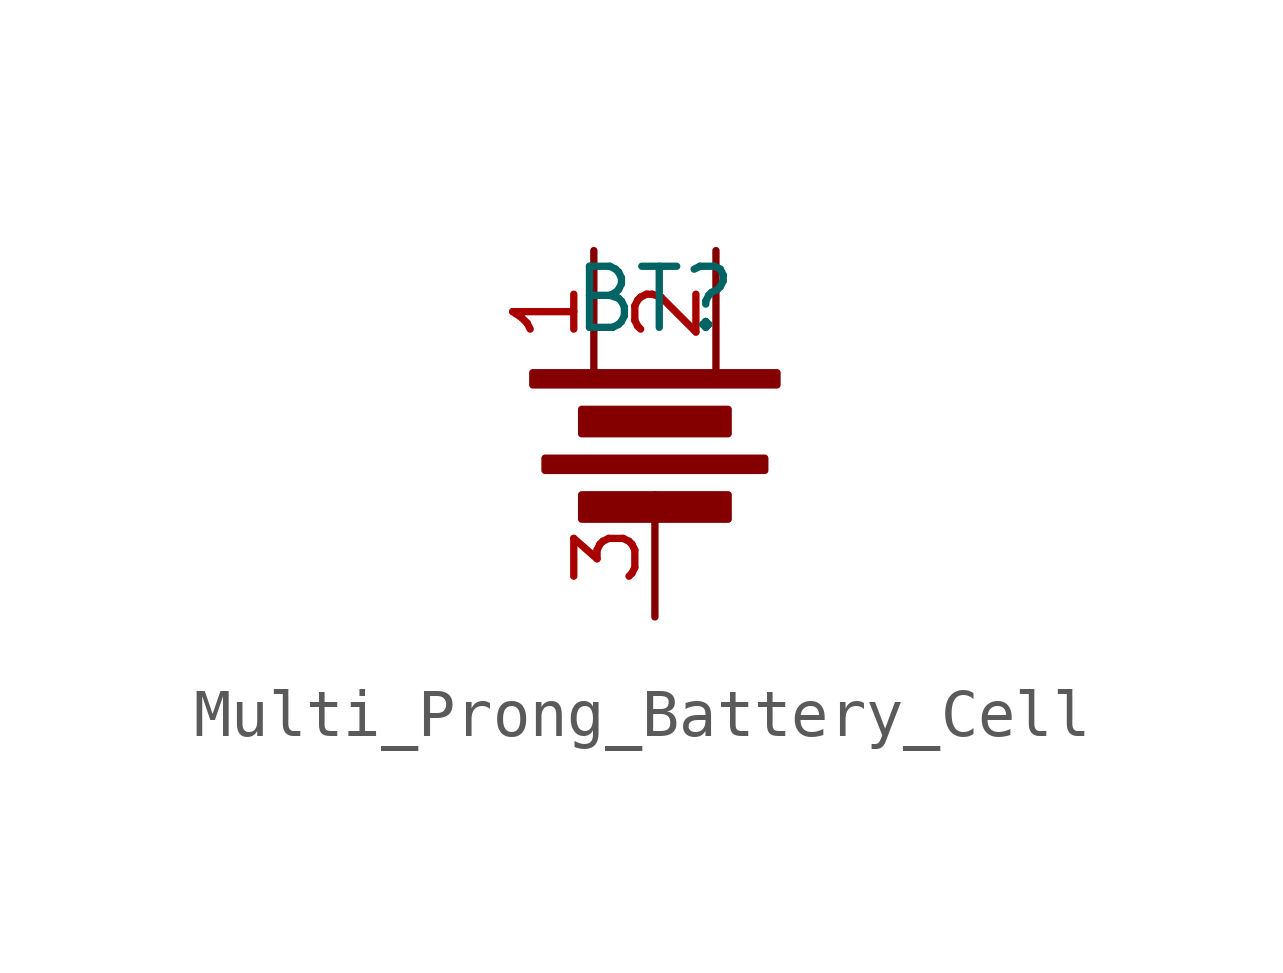
<source format=kicad_sym>
(kicad_symbol_lib
  (version 20231120)
  (generator "kicad_symbol_editor")
  (generator_version "8.0")
  (symbol "Multi_Prong_Battery_Cell"
    (property "Reference" "BT"
      (at 0 7.874 0)
      (effects (font (size 1.27 1.27))))
    (property "Value" ""
      (at 0 7.874 0)
      (effects (font (size 1.27 1.27))))
    (symbol "Multi_Prong_Battery_Cell_0_1"
      (rectangle (start -2.54 6.35) (end 2.54 6.096) (stroke (width 0) (type default)) (fill (type outline)))
      (rectangle (start -2.286 4.572) (end 2.286 4.318) (stroke (width 0) (type default)) (fill (type outline)))
      (rectangle (start -1.524 3.81) (end 1.524 3.302) (stroke (width 0) (type default)) (fill (type outline)))
      (rectangle (start -1.524 5.588) (end 1.524 5.08) (stroke (width 0) (type default)) (fill (type outline))))
    (symbol "Multi_Prong_Battery_Cell_1_1"
      (pin passive line (at -1.27 8.89 270) (length 2.54) (name "" (effects (font (size 1.27 1.27)))) (number "1" (effects (font (size 1.27 1.27)))))
      (pin passive line (at 1.27 8.89 270) (length 2.54) (name "" (effects (font (size 1.27 1.27)))) (number "2" (effects (font (size 1.27 1.27)))))
      (pin passive line (at 0 1.27 90) (length 2.54) (name "" (effects (font (size 1.27 1.27)))) (number "3" (effects (font (size 1.27 1.27))))))))
</source>
